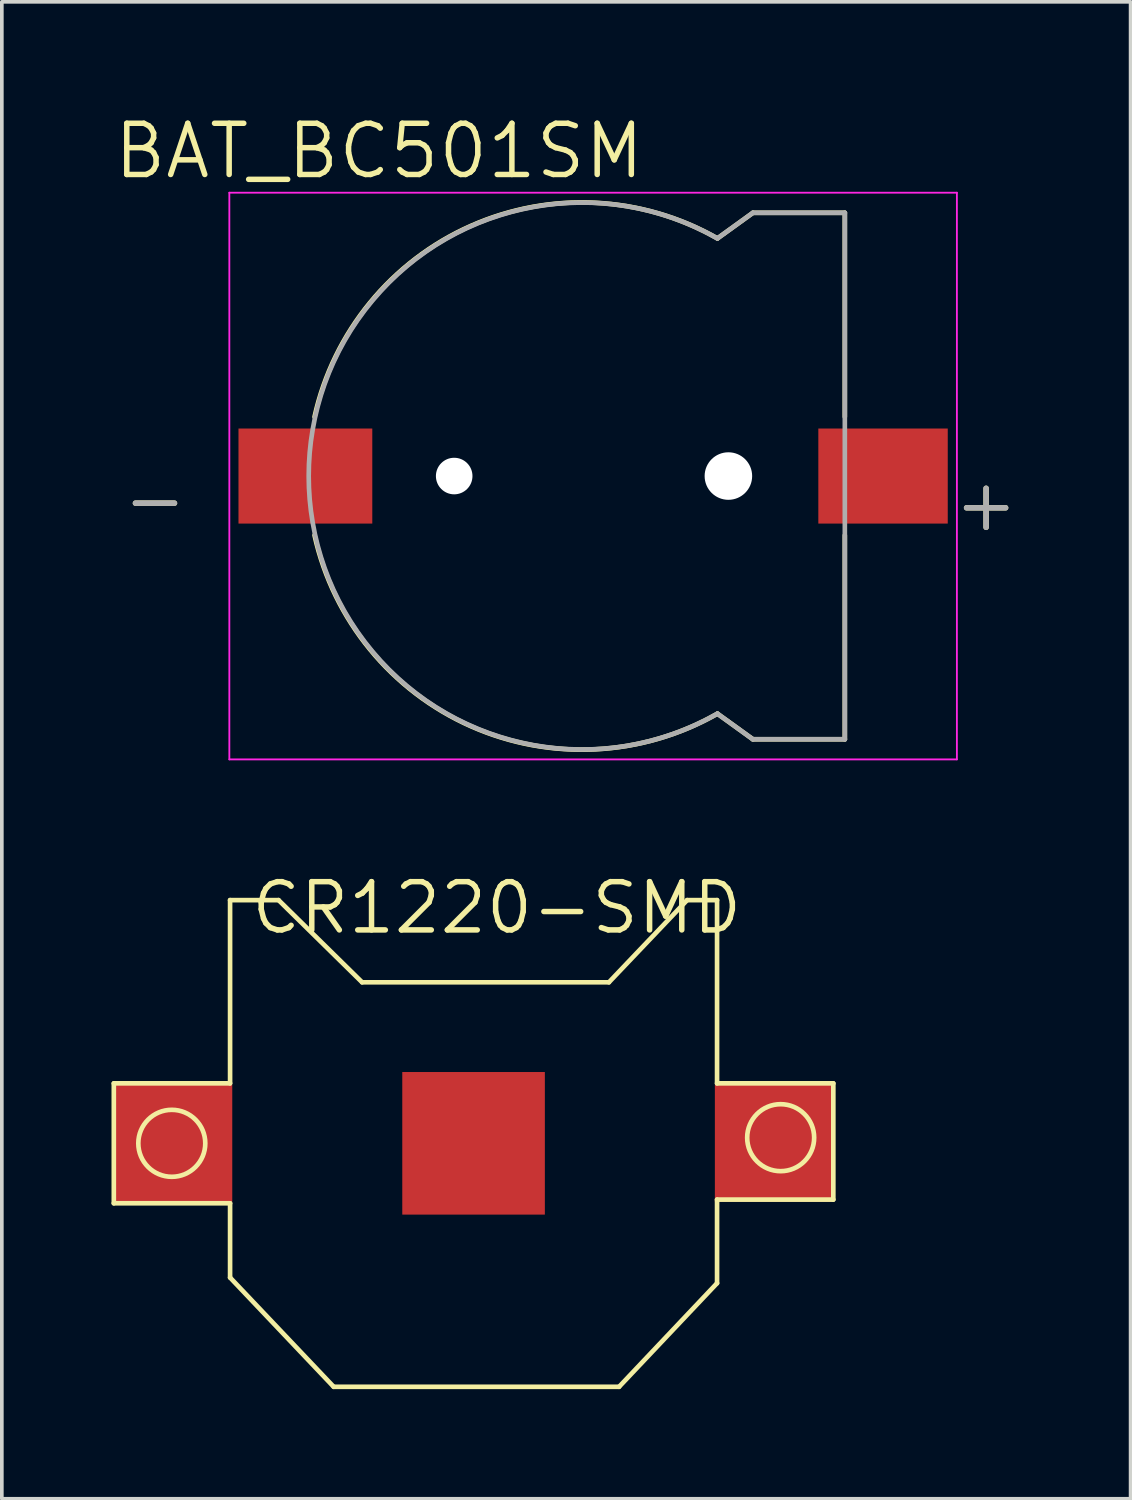
<source format=kicad_pcb>
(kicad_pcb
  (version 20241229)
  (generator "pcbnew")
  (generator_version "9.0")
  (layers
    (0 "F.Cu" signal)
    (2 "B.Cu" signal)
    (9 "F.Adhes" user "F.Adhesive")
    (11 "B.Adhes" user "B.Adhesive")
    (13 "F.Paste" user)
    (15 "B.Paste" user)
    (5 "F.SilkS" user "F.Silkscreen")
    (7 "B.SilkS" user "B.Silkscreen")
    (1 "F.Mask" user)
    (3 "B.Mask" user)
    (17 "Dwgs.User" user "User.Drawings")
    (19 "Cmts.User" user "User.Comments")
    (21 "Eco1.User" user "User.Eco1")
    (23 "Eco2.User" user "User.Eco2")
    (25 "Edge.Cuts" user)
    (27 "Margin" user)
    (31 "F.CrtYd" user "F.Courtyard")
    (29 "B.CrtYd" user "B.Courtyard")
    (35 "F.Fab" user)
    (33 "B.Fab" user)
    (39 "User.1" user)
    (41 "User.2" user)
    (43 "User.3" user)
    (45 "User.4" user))
  (footprint "BAT_BC501SM"
    (layer "F.Cu")
    (at 12.873 9.971)
    (property "Reference" "BAT_BC501SM" (at -5.555 -8.889 0) (layer "F.SilkS") (effects (font (size 1.4 1.4) (thickness 0.15))))
    (attr through_hole)
    (fp_line (start 4.67 -7.2) (end 3.7 -6.5) (stroke (width 0.127) (type solid)) (layer "F.SilkS"))
    (fp_line (start 4.67 7.2) (end 3.7 6.5) (stroke (width 0.127) (type solid)) (layer "F.SilkS"))
    (fp_line (start 7.185 -7.2) (end 4.67 -7.2) (stroke (width 0.127) (type solid)) (layer "F.SilkS"))
    (fp_line (start 7.185 -7.2) (end 7.185 -1.62) (stroke (width 0.127) (type solid)) (layer "F.SilkS"))
    (fp_line (start 7.185 1.62) (end 7.185 7.2) (stroke (width 0.127) (type solid)) (layer "F.SilkS"))
    (fp_line (start 7.185 7.2) (end 4.67 7.2) (stroke (width 0.127) (type solid)) (layer "F.SilkS"))
    (fp_arc (start -7.319999 -1.62) (mid -3.042265 -6.842697) (end 3.7 -6.5) (stroke (width 0.127) (type solid)) (layer "F.SilkS"))
    (fp_arc (start 3.700001 6.5) (mid -3.042265 6.842698) (end -7.32 1.62) (stroke (width 0.127) (type solid)) (layer "F.SilkS"))
    (fp_line (start -9.65 -7.75) (end 10.25 -7.75) (stroke (width 0.05) (type solid)) (layer "F.CrtYd"))
    (fp_line (start -9.65 7.75) (end -9.65 -7.75) (stroke (width 0.05) (type solid)) (layer "F.CrtYd"))
    (fp_line (start 10.25 -7.75) (end 10.25 7.75) (stroke (width 0.05) (type solid)) (layer "F.CrtYd"))
    (fp_line (start 10.25 7.75) (end -9.65 7.75) (stroke (width 0.05) (type solid)) (layer "F.CrtYd"))
    (fp_line (start 4.67 -7.2) (end 3.7 -6.5) (stroke (width 0.127) (type solid)) (layer "F.Fab"))
    (fp_line (start 4.67 7.2) (end 3.7 6.5) (stroke (width 0.127) (type solid)) (layer "F.Fab"))
    (fp_line (start 7.185 -7.2) (end 4.67 -7.2) (stroke (width 0.127) (type solid)) (layer "F.Fab"))
    (fp_line (start 7.185 -7.2) (end 7.185 7.2) (stroke (width 0.127) (type solid)) (layer "F.Fab"))
    (fp_line (start 7.185 7.2) (end 4.67 7.2) (stroke (width 0.127) (type solid)) (layer "F.Fab"))
    (fp_arc (start 3.699999 6.5) (mid -7.479336 0) (end 3.7 -6.5) (stroke (width 0.127) (type solid)) (layer "F.Fab"))
    (fp_text user "-" (at -11.684 0.635 0) (layer "F.SilkS") (effects (font (size 1.4 1.4) (thickness 0.15))))
    (fp_text user "+" (at 11.049 0.762 0) (layer "F.SilkS") (effects (font (size 1.4 1.4) (thickness 0.15))))
    (fp_text user "+" (at 11.049 0.762 0) (layer "F.Fab") (effects (font (size 1.4 1.4) (thickness 0.15))))
    (fp_text user "-" (at -11.684 0.635 0) (layer "F.Fab") (effects (font (size 1.4 1.4) (thickness 0.15))))
    (pad "" np_thru_hole circle (at -3.5 0) (size 1 1) (drill 1) (layers "*.Cu" "*.Mask"))
    (pad "" np_thru_hole circle (at 4 0) (size 1.3 1.3) (drill 1.3) (layers "*.Cu" "*.Mask"))
    (pad "N" smd rect (at -7.57 0) (size 3.66 2.6) (layers "F.Cu" "F.Mask" "F.Paste"))
    (pad "P" smd rect (at 8.23 0 180) (size 3.54 2.6) (layers "F.Cu" "F.Mask" "F.Paste")))
  (footprint "CR1220-SMD"
    (layer "F.Cu")
    (at 9.903 28.222)
    (property "Reference" "CR1220-SMD" (at 0.635 -6.44 0) (layer "F.SilkS") (effects (font (size 1.32 1.32) (thickness 0.15))))
    (attr through_hole)
    (fp_line (start -9.84 -1.64) (end -9.84 1.64) (stroke (width 0.127) (type solid)) (layer "F.SilkS"))
    (fp_line (start -9.84 1.64) (end -6.66 1.64) (stroke (width 0.127) (type solid)) (layer "F.SilkS"))
    (fp_line (start -6.66 -6.652) (end -6.66 -1.64) (stroke (width 0.127) (type solid)) (layer "F.SilkS"))
    (fp_line (start -6.66 -1.64) (end -9.84 -1.64) (stroke (width 0.127) (type solid)) (layer "F.SilkS"))
    (fp_line (start -6.66 1.64) (end -6.66 3.672) (stroke (width 0.127) (type solid)) (layer "F.SilkS"))
    (fp_line (start -6.66 3.672) (end -3.826 6.66) (stroke (width 0.127) (type solid)) (layer "F.SilkS"))
    (fp_line (start -5.334 -6.652) (end -6.66 -6.652) (stroke (width 0.127) (type solid)) (layer "F.SilkS"))
    (fp_line (start -3.826 6.66) (end 3.98 6.66) (stroke (width 0.127) (type solid)) (layer "F.SilkS"))
    (fp_line (start -3.048 -4.404) (end -5.334 -6.652) (stroke (width 0.127) (type solid)) (layer "F.SilkS"))
    (fp_line (start 3.702 -4.404) (end -3.048 -4.404) (stroke (width 0.127) (type solid)) (layer "F.SilkS"))
    (fp_line (start 3.98 6.66) (end 6.66 3.826) (stroke (width 0.127) (type solid)) (layer "F.SilkS"))
    (fp_line (start 5.842 -6.652) (end 3.702 -4.404) (stroke (width 0.127) (type solid)) (layer "F.SilkS"))
    (fp_line (start 6.66 -6.652) (end 5.842 -6.652) (stroke (width 0.127) (type solid)) (layer "F.SilkS"))
    (fp_line (start 6.66 -1.64) (end 6.66 -6.652) (stroke (width 0.127) (type solid)) (layer "F.SilkS"))
    (fp_line (start 6.66 1.54) (end 9.84 1.54) (stroke (width 0.127) (type solid)) (layer "F.SilkS"))
    (fp_line (start 6.66 3.826) (end 6.66 1.54) (stroke (width 0.127) (type solid)) (layer "F.SilkS"))
    (fp_line (start 9.84 -1.64) (end 6.66 -1.64) (stroke (width 0.127) (type solid)) (layer "F.SilkS"))
    (fp_line (start 9.84 1.54) (end 9.84 -1.64) (stroke (width 0.127) (type solid)) (layer "F.SilkS"))
    (fp_circle (center -8.254 0) (end -7.338 0) (stroke (width 0.127) (type solid)) (fill no) (layer "F.SilkS"))
    (fp_circle (center 8.4 -0.154) (end 9.316 -0.154) (stroke (width 0.127) (type solid)) (fill no) (layer "F.SilkS"))
    (pad "+$1" smd rect (at -8.2 0) (size 3.2 3.2) (layers "F.Cu" "F.Mask" "F.Paste"))
    (pad "+$2" smd rect (at 8.2 0) (size 3.2 3.2) (layers "F.Cu" "F.Mask" "F.Paste"))
    (pad "-" smd rect (at 0 0) (size 3.9 3.9) (layers "F.Cu" "F.Mask" "F.Paste")))
  (gr_rect
    (start -3 -3)
    (end 27.874 37.945)
    (stroke (width 0.1) (type default))
    (fill no)
    (layer "Edge.Cuts")))
</source>
